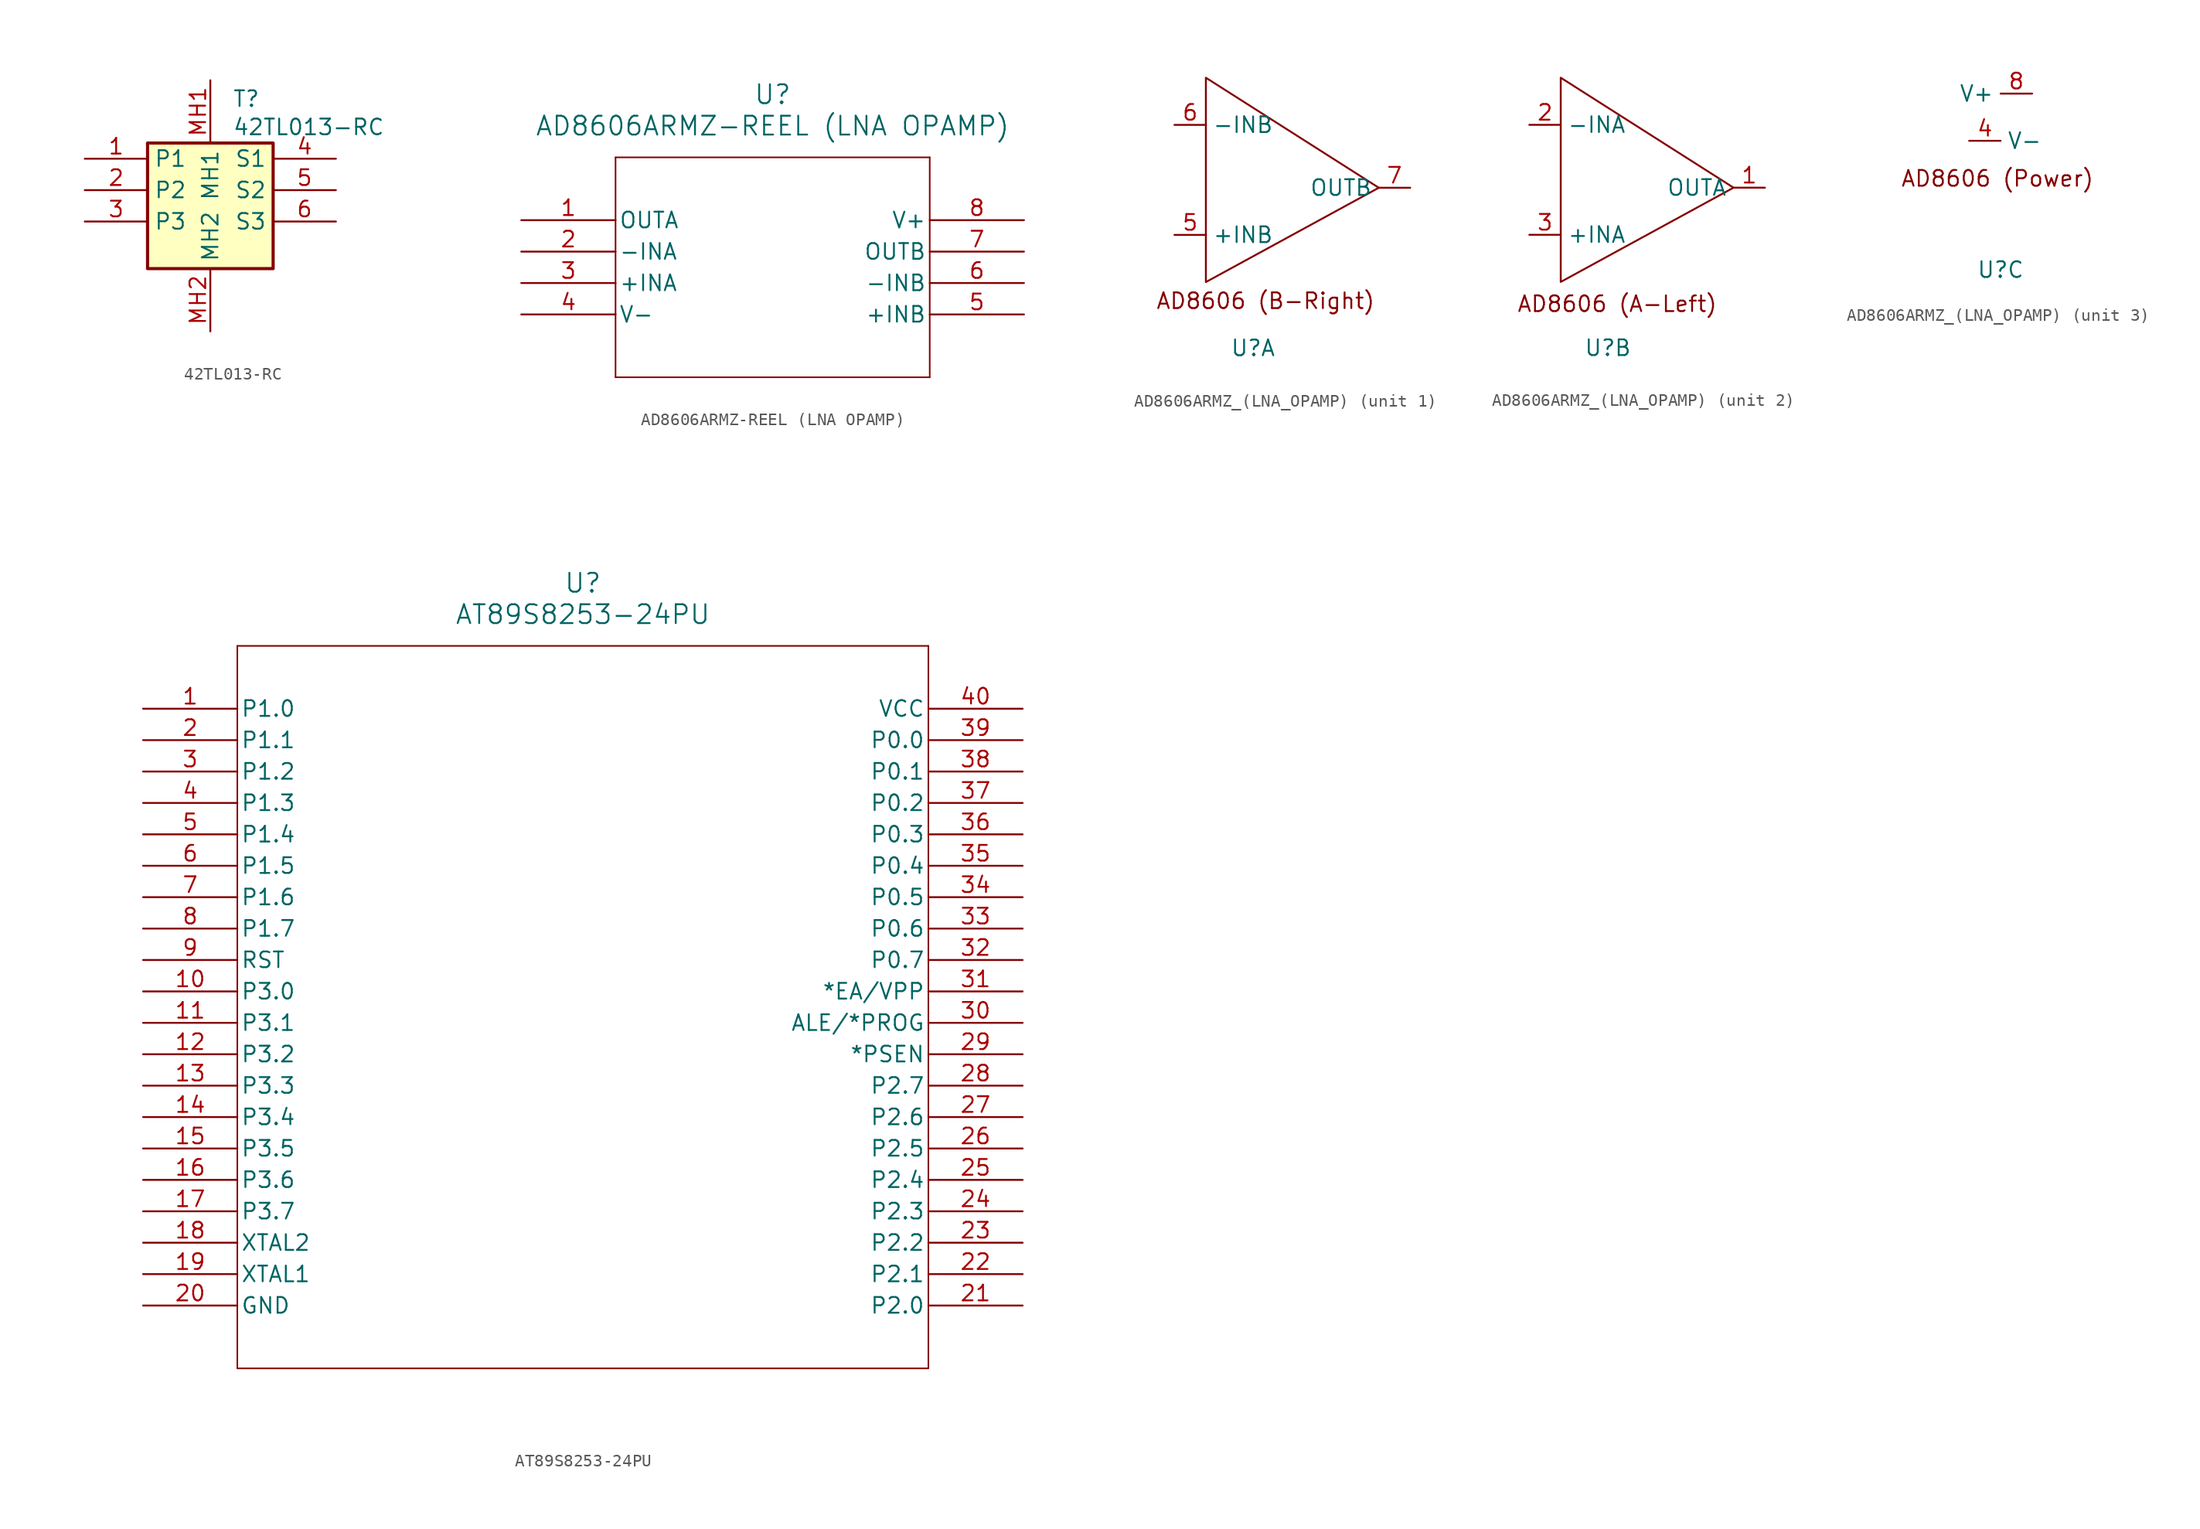
<source format=kicad_sym>
(kicad_symbol_lib
  (version 20241209)
  (generator "kicad_symbol_editor")
  (generator_version "9.0")
  (symbol "42TL013-RC"
    (property "Reference" "T"
      (at 11.938 5.588 0)
      (effects (font (size 1.27 1.27)) (justify left top)))
    (property "Value" "42TL013-RC"
      (at 11.938 3.302 0)
      (effects (font (size 1.27 1.27)) (justify left top)))
    (symbol "42TL013-RC_1_1"
      (rectangle (start 5.08 1.27) (end 15.24 -8.89) (stroke (width 0.254) (type default)) (fill (type background)))
      (pin passive line (at 0 0 0) (length 5.08) (name "P1" (effects (font (size 1.27 1.27)))) (number "1" (effects (font (size 1.27 1.27)))))
      (pin passive line (at 0 -2.54 0) (length 5.08) (name "P2" (effects (font (size 1.27 1.27)))) (number "2" (effects (font (size 1.27 1.27)))))
      (pin passive line (at 0 -5.08 0) (length 5.08) (name "P3" (effects (font (size 1.27 1.27)))) (number "3" (effects (font (size 1.27 1.27)))))
      (pin passive line (at 10.16 6.35 270) (length 5.08) (name "MH1" (effects (font (size 1.27 1.27)))) (number "MH1" (effects (font (size 1.27 1.27)))))
      (pin passive line (at 10.16 -13.97 90) (length 5.08) (name "MH2" (effects (font (size 1.27 1.27)))) (number "MH2" (effects (font (size 1.27 1.27)))))
      (pin passive line (at 20.32 0 180) (length 5.08) (name "S1" (effects (font (size 1.27 1.27)))) (number "4" (effects (font (size 1.27 1.27)))))
      (pin passive line (at 20.32 -2.54 180) (length 5.08) (name "S2" (effects (font (size 1.27 1.27)))) (number "5" (effects (font (size 1.27 1.27)))))
      (pin passive line (at 20.32 -5.08 180) (length 5.08) (name "S3" (effects (font (size 1.27 1.27)))) (number "6" (effects (font (size 1.27 1.27)))))))
  (symbol "AD8606ARMZ-REEL (LNA OPAMP)"
    (pin_names
      (offset 0.254))
    (property "Reference" "U"
      (at 20.32 10.16 0)
      (effects (font (size 1.524 1.524))))
    (property "Value" "AD8606ARMZ-REEL (LNA OPAMP)"
      (at 20.32 7.62 0)
      (effects (font (size 1.524 1.524))))
    (property "ki_locked" ""
      (at 0 0 0)
      (effects (font (size 1.27 1.27))))
    (symbol "AD8606ARMZ-REEL (LNA OPAMP)_0_1"
      (polyline (pts (xy 7.62 5.08) (xy 7.62 -12.7)) (stroke (width 0.127) (type default)) (fill (type none)))
      (polyline (pts (xy 7.62 -12.7) (xy 33.02 -12.7)) (stroke (width 0.127) (type default)) (fill (type none)))
      (polyline (pts (xy 33.02 5.08) (xy 7.62 5.08)) (stroke (width 0.127) (type default)) (fill (type none)))
      (polyline (pts (xy 33.02 -12.7) (xy 33.02 5.08)) (stroke (width 0.127) (type default)) (fill (type none)))
      (pin power_in line (at 0 -7.62 0) (length 7.62) (name "V-" (effects (font (size 1.27 1.27)))) (number "4" (effects (font (size 1.27 1.27)))))
      (pin power_in line (at 40.64 0 180) (length 7.62) (name "V+" (effects (font (size 1.27 1.27)))) (number "8" (effects (font (size 1.27 1.27))))))
    (symbol "AD8606ARMZ-REEL (LNA OPAMP)_1_1"
      (pin output line (at 0 0 0) (length 7.62) (name "OUTA" (effects (font (size 1.27 1.27)))) (number "1" (effects (font (size 1.27 1.27)))))
      (pin input line (at 0 -2.54 0) (length 7.62) (name "-INA" (effects (font (size 1.27 1.27)))) (number "2" (effects (font (size 1.27 1.27)))))
      (pin input line (at 0 -5.08 0) (length 7.62) (name "+INA" (effects (font (size 1.27 1.27)))) (number "3" (effects (font (size 1.27 1.27)))))
      (pin output line (at 40.64 -2.54 180) (length 7.62) (name "OUTB" (effects (font (size 1.27 1.27)))) (number "7" (effects (font (size 1.27 1.27)))))
      (pin input line (at 40.64 -5.08 180) (length 7.62) (name "-INB" (effects (font (size 1.27 1.27)))) (number "6" (effects (font (size 1.27 1.27)))))
      (pin input line (at 40.64 -7.62 180) (length 7.62) (name "+INB" (effects (font (size 1.27 1.27)))) (number "5" (effects (font (size 1.27 1.27)))))))
  (symbol "AD8606ARMZ_(LNA_OPAMP)"
    (property "Reference" "U"
      (at 0 -12.954 0)
      (effects (font (size 1.27 1.27))))
    (property "Value" ""
      (at 1.27 0 0)
      (effects (font (size 1.27 1.27))))
    (property "ki_locked" ""
      (at 0 0 0)
      (effects (font (size 1.27 1.27))))
    (symbol "AD8606ARMZ_(LNA_OPAMP)_1_1"
      (polyline (pts (xy -3.81 8.89) (xy -3.81 -7.62) (xy 10.16 0) (xy -3.81 8.89)) (stroke (width 0) (type default)) (fill (type none)))
      (text "AD8606 (B-Right)" (at 1.016 -9.144 0) (effects (font (size 1.27 1.27))))
      (pin input line (at -6.35 5.08 0) (length 2.54) (name "-INB" (effects (font (size 1.27 1.27)))) (number "6" (effects (font (size 1.27 1.27)))))
      (pin input line (at -6.35 -3.81 0) (length 2.54) (name "+INB" (effects (font (size 1.27 1.27)))) (number "5" (effects (font (size 1.27 1.27)))))
      (pin output line (at 12.7 0 180) (length 2.54) (name "OUTB" (effects (font (size 1.27 1.27)))) (number "7" (effects (font (size 1.27 1.27))))))
    (symbol "AD8606ARMZ_(LNA_OPAMP)_2_1"
      (polyline (pts (xy -3.81 8.89) (xy -3.81 -7.62) (xy 10.16 0) (xy -3.81 8.89)) (stroke (width 0) (type default)) (fill (type none)))
      (text "AD8606 (A-Left)" (at 0.762 -9.398 0) (effects (font (size 1.27 1.27))))
      (pin input line (at -6.35 5.08 0) (length 2.54) (name "-INA" (effects (font (size 1.27 1.27)))) (number "2" (effects (font (size 1.27 1.27)))))
      (pin input line (at -6.35 -3.81 0) (length 2.54) (name "+INA" (effects (font (size 1.27 1.27)))) (number "3" (effects (font (size 1.27 1.27)))))
      (pin output line (at 12.7 0 180) (length 2.54) (name "OUTA" (effects (font (size 1.27 1.27)))) (number "1" (effects (font (size 1.27 1.27))))))
    (symbol "AD8606ARMZ_(LNA_OPAMP)_3_1"
      (text "AD8606 (Power)" (at -0.254 -5.588 0) (effects (font (size 1.27 1.27))))
      (pin power_in line (at -2.54 -2.54 0) (length 2.54) (name "V-" (effects (font (size 1.27 1.27)))) (number "4" (effects (font (size 1.27 1.27)))))
      (pin power_in line (at 2.54 1.27 180) (length 2.54) (name "V+" (effects (font (size 1.27 1.27)))) (number "8" (effects (font (size 1.27 1.27)))))))
  (symbol "AT89S8253-24PU"
    (pin_names
      (offset 0.254))
    (property "Reference" "U"
      (at 35.56 10.16 0)
      (effects (font (size 1.524 1.524))))
    (property "Value" "AT89S8253-24PU"
      (at 35.56 7.62 0)
      (effects (font (size 1.524 1.524))))
    (symbol "AT89S8253-24PU_0_1"
      (polyline (pts (xy 7.62 5.08) (xy 7.62 -53.34)) (stroke (width 0.127) (type default)) (fill (type none)))
      (polyline (pts (xy 7.62 -53.34) (xy 63.5 -53.34)) (stroke (width 0.127) (type default)) (fill (type none)))
      (polyline (pts (xy 63.5 5.08) (xy 7.62 5.08)) (stroke (width 0.127) (type default)) (fill (type none)))
      (polyline (pts (xy 63.5 -53.34) (xy 63.5 5.08)) (stroke (width 0.127) (type default)) (fill (type none)))
      (pin bidirectional line (at 0 0 0) (length 7.62) (name "P1.0" (effects (font (size 1.27 1.27)))) (number "1" (effects (font (size 1.27 1.27)))))
      (pin bidirectional line (at 0 -2.54 0) (length 7.62) (name "P1.1" (effects (font (size 1.27 1.27)))) (number "2" (effects (font (size 1.27 1.27)))))
      (pin bidirectional line (at 0 -5.08 0) (length 7.62) (name "P1.2" (effects (font (size 1.27 1.27)))) (number "3" (effects (font (size 1.27 1.27)))))
      (pin bidirectional line (at 0 -7.62 0) (length 7.62) (name "P1.3" (effects (font (size 1.27 1.27)))) (number "4" (effects (font (size 1.27 1.27)))))
      (pin bidirectional line (at 0 -10.16 0) (length 7.62) (name "P1.4" (effects (font (size 1.27 1.27)))) (number "5" (effects (font (size 1.27 1.27)))))
      (pin bidirectional line (at 0 -12.7 0) (length 7.62) (name "P1.5" (effects (font (size 1.27 1.27)))) (number "6" (effects (font (size 1.27 1.27)))))
      (pin bidirectional line (at 0 -15.24 0) (length 7.62) (name "P1.6" (effects (font (size 1.27 1.27)))) (number "7" (effects (font (size 1.27 1.27)))))
      (pin bidirectional line (at 0 -17.78 0) (length 7.62) (name "P1.7" (effects (font (size 1.27 1.27)))) (number "8" (effects (font (size 1.27 1.27)))))
      (pin input line (at 0 -20.32 0) (length 7.62) (name "RST" (effects (font (size 1.27 1.27)))) (number "9" (effects (font (size 1.27 1.27)))))
      (pin bidirectional line (at 0 -22.86 0) (length 7.62) (name "P3.0" (effects (font (size 1.27 1.27)))) (number "10" (effects (font (size 1.27 1.27)))))
      (pin bidirectional line (at 0 -25.4 0) (length 7.62) (name "P3.1" (effects (font (size 1.27 1.27)))) (number "11" (effects (font (size 1.27 1.27)))))
      (pin bidirectional line (at 0 -27.94 0) (length 7.62) (name "P3.2" (effects (font (size 1.27 1.27)))) (number "12" (effects (font (size 1.27 1.27)))))
      (pin bidirectional line (at 0 -30.48 0) (length 7.62) (name "P3.3" (effects (font (size 1.27 1.27)))) (number "13" (effects (font (size 1.27 1.27)))))
      (pin bidirectional line (at 0 -33.02 0) (length 7.62) (name "P3.4" (effects (font (size 1.27 1.27)))) (number "14" (effects (font (size 1.27 1.27)))))
      (pin bidirectional line (at 0 -35.56 0) (length 7.62) (name "P3.5" (effects (font (size 1.27 1.27)))) (number "15" (effects (font (size 1.27 1.27)))))
      (pin bidirectional line (at 0 -38.1 0) (length 7.62) (name "P3.6" (effects (font (size 1.27 1.27)))) (number "16" (effects (font (size 1.27 1.27)))))
      (pin bidirectional line (at 0 -40.64 0) (length 7.62) (name "P3.7" (effects (font (size 1.27 1.27)))) (number "17" (effects (font (size 1.27 1.27)))))
      (pin output line (at 0 -43.18 0) (length 7.62) (name "XTAL2" (effects (font (size 1.27 1.27)))) (number "18" (effects (font (size 1.27 1.27)))))
      (pin input line (at 0 -45.72 0) (length 7.62) (name "XTAL1" (effects (font (size 1.27 1.27)))) (number "19" (effects (font (size 1.27 1.27)))))
      (pin power_in line (at 0 -48.26 0) (length 7.62) (name "GND" (effects (font (size 1.27 1.27)))) (number "20" (effects (font (size 1.27 1.27)))))
      (pin power_in line (at 71.12 0 180) (length 7.62) (name "VCC" (effects (font (size 1.27 1.27)))) (number "40" (effects (font (size 1.27 1.27)))))
      (pin bidirectional line (at 71.12 -2.54 180) (length 7.62) (name "P0.0" (effects (font (size 1.27 1.27)))) (number "39" (effects (font (size 1.27 1.27)))))
      (pin bidirectional line (at 71.12 -5.08 180) (length 7.62) (name "P0.1" (effects (font (size 1.27 1.27)))) (number "38" (effects (font (size 1.27 1.27)))))
      (pin bidirectional line (at 71.12 -7.62 180) (length 7.62) (name "P0.2" (effects (font (size 1.27 1.27)))) (number "37" (effects (font (size 1.27 1.27)))))
      (pin bidirectional line (at 71.12 -10.16 180) (length 7.62) (name "P0.3" (effects (font (size 1.27 1.27)))) (number "36" (effects (font (size 1.27 1.27)))))
      (pin bidirectional line (at 71.12 -12.7 180) (length 7.62) (name "P0.4" (effects (font (size 1.27 1.27)))) (number "35" (effects (font (size 1.27 1.27)))))
      (pin bidirectional line (at 71.12 -15.24 180) (length 7.62) (name "P0.5" (effects (font (size 1.27 1.27)))) (number "34" (effects (font (size 1.27 1.27)))))
      (pin bidirectional line (at 71.12 -17.78 180) (length 7.62) (name "P0.6" (effects (font (size 1.27 1.27)))) (number "33" (effects (font (size 1.27 1.27)))))
      (pin bidirectional line (at 71.12 -20.32 180) (length 7.62) (name "P0.7" (effects (font (size 1.27 1.27)))) (number "32" (effects (font (size 1.27 1.27)))))
      (pin bidirectional line (at 71.12 -22.86 180) (length 7.62) (name "*EA/VPP" (effects (font (size 1.27 1.27)))) (number "31" (effects (font (size 1.27 1.27)))))
      (pin output line (at 71.12 -25.4 180) (length 7.62) (name "ALE/*PROG" (effects (font (size 1.27 1.27)))) (number "30" (effects (font (size 1.27 1.27)))))
      (pin unspecified line (at 71.12 -27.94 180) (length 7.62) (name "*PSEN" (effects (font (size 1.27 1.27)))) (number "29" (effects (font (size 1.27 1.27)))))
      (pin bidirectional line (at 71.12 -30.48 180) (length 7.62) (name "P2.7" (effects (font (size 1.27 1.27)))) (number "28" (effects (font (size 1.27 1.27)))))
      (pin bidirectional line (at 71.12 -33.02 180) (length 7.62) (name "P2.6" (effects (font (size 1.27 1.27)))) (number "27" (effects (font (size 1.27 1.27)))))
      (pin bidirectional line (at 71.12 -35.56 180) (length 7.62) (name "P2.5" (effects (font (size 1.27 1.27)))) (number "26" (effects (font (size 1.27 1.27)))))
      (pin bidirectional line (at 71.12 -38.1 180) (length 7.62) (name "P2.4" (effects (font (size 1.27 1.27)))) (number "25" (effects (font (size 1.27 1.27)))))
      (pin bidirectional line (at 71.12 -40.64 180) (length 7.62) (name "P2.3" (effects (font (size 1.27 1.27)))) (number "24" (effects (font (size 1.27 1.27)))))
      (pin bidirectional line (at 71.12 -43.18 180) (length 7.62) (name "P2.2" (effects (font (size 1.27 1.27)))) (number "23" (effects (font (size 1.27 1.27)))))
      (pin bidirectional line (at 71.12 -45.72 180) (length 7.62) (name "P2.1" (effects (font (size 1.27 1.27)))) (number "22" (effects (font (size 1.27 1.27)))))
      (pin bidirectional line (at 71.12 -48.26 180) (length 7.62) (name "P2.0" (effects (font (size 1.27 1.27)))) (number "21" (effects (font (size 1.27 1.27))))))))
</source>
